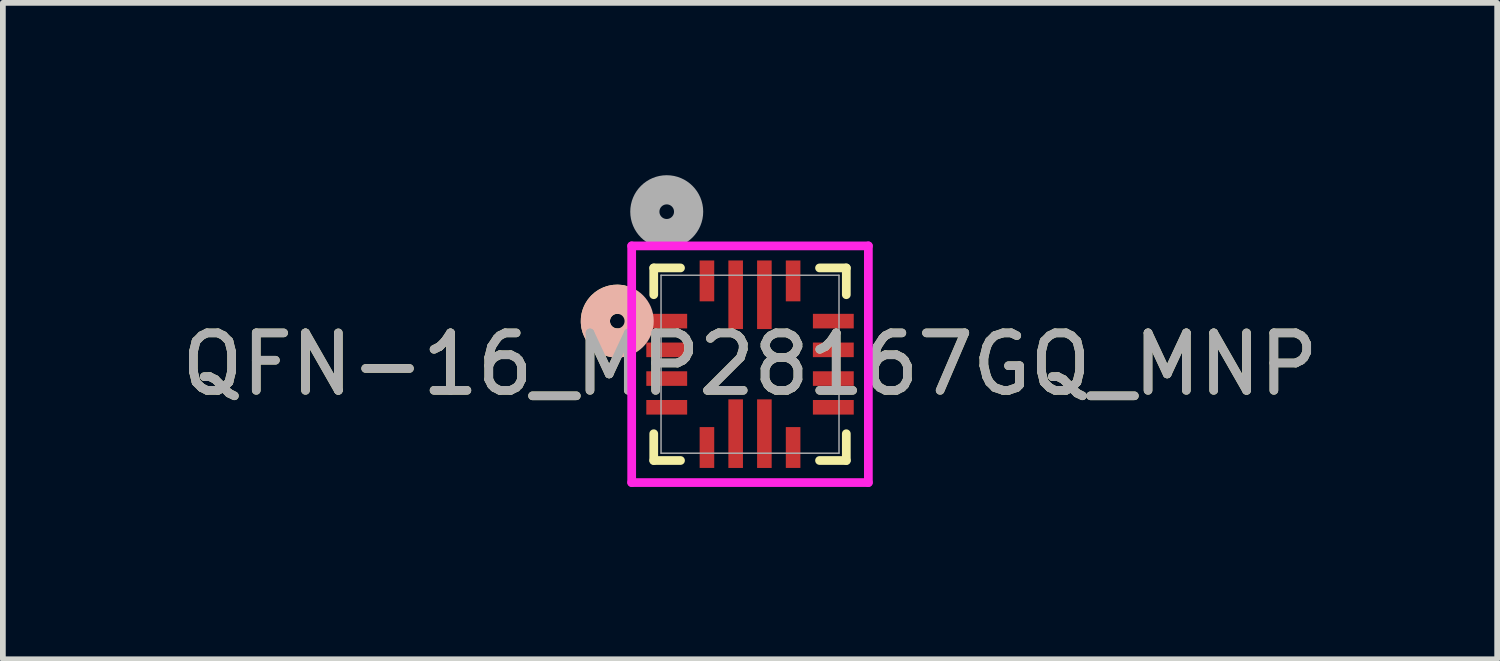
<source format=kicad_pcb>
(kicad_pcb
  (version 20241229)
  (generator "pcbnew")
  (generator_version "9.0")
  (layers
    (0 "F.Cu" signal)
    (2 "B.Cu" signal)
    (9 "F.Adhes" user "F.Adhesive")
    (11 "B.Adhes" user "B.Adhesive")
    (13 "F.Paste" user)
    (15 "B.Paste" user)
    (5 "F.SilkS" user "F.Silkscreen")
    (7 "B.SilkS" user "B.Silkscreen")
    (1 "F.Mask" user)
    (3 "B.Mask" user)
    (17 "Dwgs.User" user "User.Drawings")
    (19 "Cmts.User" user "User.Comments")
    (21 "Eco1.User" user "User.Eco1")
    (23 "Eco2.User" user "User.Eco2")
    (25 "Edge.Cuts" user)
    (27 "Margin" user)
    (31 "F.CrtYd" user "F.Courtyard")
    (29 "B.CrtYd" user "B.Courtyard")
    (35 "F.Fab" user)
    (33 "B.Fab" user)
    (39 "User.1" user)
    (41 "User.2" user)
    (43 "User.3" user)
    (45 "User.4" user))
  (footprint "QFN-16_MP28167GQ_MNP"
    (layer "F.Cu")
    (at 10.006 3.29)
    (property "Reference" "QFN-16_MP28167GQ_MNP" (at 0 0 0) (unlocked yes) (layer "F.SilkS") (effects (font (size 1 1) (thickness 0.15))))
    (attr smd)
    (fp_line (start -1.676 -1.676) (end -1.676 -1.21) (stroke (width 0.152) (type solid)) (layer "F.SilkS"))
    (fp_line (start -1.676 1.21) (end -1.676 1.676) (stroke (width 0.152) (type solid)) (layer "F.SilkS"))
    (fp_line (start -1.676 1.676) (end -1.21 1.676) (stroke (width 0.152) (type solid)) (layer "F.SilkS"))
    (fp_line (start -1.21 -1.676) (end -1.676 -1.676) (stroke (width 0.152) (type solid)) (layer "F.SilkS"))
    (fp_line (start 1.21 1.676) (end 1.676 1.676) (stroke (width 0.152) (type solid)) (layer "F.SilkS"))
    (fp_line (start 1.676 -1.676) (end 1.21 -1.676) (stroke (width 0.152) (type solid)) (layer "F.SilkS"))
    (fp_line (start 1.676 -1.21) (end 1.676 -1.676) (stroke (width 0.152) (type solid)) (layer "F.SilkS"))
    (fp_line (start 1.676 1.676) (end 1.676 1.21) (stroke (width 0.152) (type solid)) (layer "F.SilkS"))
    (fp_arc (start -2.31614 -0.369029) (mid -2.691006 -0.782565) (end -2.251184 -1.126211) (stroke (width 0.508) (type solid)) (layer "F.SilkS"))
    (fp_circle (center -2.311 -0.75) (end -1.93 -0.75) (stroke (width 0.508) (type solid)) (fill no) (layer "B.SilkS"))
    (fp_line (start -2.06 -2.06) (end -2.06 2.06) (stroke (width 0.152) (type solid)) (layer "F.CrtYd"))
    (fp_line (start -2.06 2.06) (end 2.06 2.06) (stroke (width 0.152) (type solid)) (layer "F.CrtYd"))
    (fp_line (start 2.06 -2.06) (end -2.06 -2.06) (stroke (width 0.152) (type solid)) (layer "F.CrtYd"))
    (fp_line (start 2.06 2.06) (end 2.06 -2.06) (stroke (width 0.152) (type solid)) (layer "F.CrtYd"))
    (fp_line (start -1.549 -1.549) (end -1.549 1.549) (stroke (width 0.025) (type solid)) (layer "F.Fab"))
    (fp_line (start -1.549 1.549) (end 1.549 1.549) (stroke (width 0.025) (type solid)) (layer "F.Fab"))
    (fp_line (start 1.549 -1.549) (end -1.549 -1.549) (stroke (width 0.025) (type solid)) (layer "F.Fab"))
    (fp_line (start 1.549 1.549) (end 1.549 -1.549) (stroke (width 0.025) (type solid)) (layer "F.Fab"))
    (fp_circle (center -1.45 -2.655) (end -1.069 -2.655) (stroke (width 0.508) (type solid)) (fill no) (layer "F.Fab"))
    (fp_text user "${REFERENCE}" (at 0 0 0) (unlocked yes) (layer "F.Fab") (effects (font (size 1 1) (thickness 0.15))))
    (pad "1" smd rect (at -1.45 -0.75) (size 0.711 0.254) (layers "F.Cu" "F.Mask" "F.Paste"))
    (pad "2" smd rect (at -1.45 -0.25) (size 0.711 0.254) (layers "F.Cu" "F.Mask" "F.Paste"))
    (pad "3" smd rect (at -1.45 0.25) (size 0.711 0.254) (layers "F.Cu" "F.Mask" "F.Paste"))
    (pad "4" smd rect (at -1.45 0.75) (size 0.711 0.254) (layers "F.Cu" "F.Mask" "F.Paste"))
    (pad "5" smd rect (at -0.75 1.45) (size 0.254 0.711) (layers "F.Cu" "F.Mask" "F.Paste"))
    (pad "6" smd rect (at -0.25 1.209) (size 0.254 1.194) (layers "F.Cu" "F.Mask" "F.Paste"))
    (pad "7" smd rect (at 0.25 1.209) (size 0.254 1.194) (layers "F.Cu" "F.Mask" "F.Paste"))
    (pad "8" smd rect (at 0.75 1.45) (size 0.254 0.711) (layers "F.Cu" "F.Mask" "F.Paste"))
    (pad "9" smd rect (at 1.45 0.75) (size 0.711 0.254) (layers "F.Cu" "F.Mask" "F.Paste"))
    (pad "10" smd rect (at 1.45 0.25) (size 0.711 0.254) (layers "F.Cu" "F.Mask" "F.Paste"))
    (pad "11" smd rect (at 1.45 -0.25) (size 0.711 0.254) (layers "F.Cu" "F.Mask" "F.Paste"))
    (pad "12" smd rect (at 1.45 -0.75) (size 0.711 0.254) (layers "F.Cu" "F.Mask" "F.Paste"))
    (pad "13" smd rect (at 0.75 -1.45) (size 0.254 0.711) (layers "F.Cu" "F.Mask" "F.Paste"))
    (pad "14" smd rect (at 0.25 -1.209) (size 0.254 1.194) (layers "F.Cu" "F.Mask" "F.Paste"))
    (pad "15" smd rect (at -0.25 -1.209) (size 0.254 1.194) (layers "F.Cu" "F.Mask" "F.Paste"))
    (pad "16" smd rect (at -0.75 -1.45) (size 0.254 0.711) (layers "F.Cu" "F.Mask" "F.Paste")))
  (gr_rect
    (start -3 -3)
    (end 23.012 8.426)
    (stroke (width 0.1) (type default))
    (fill no)
    (layer "Edge.Cuts")))
</source>
